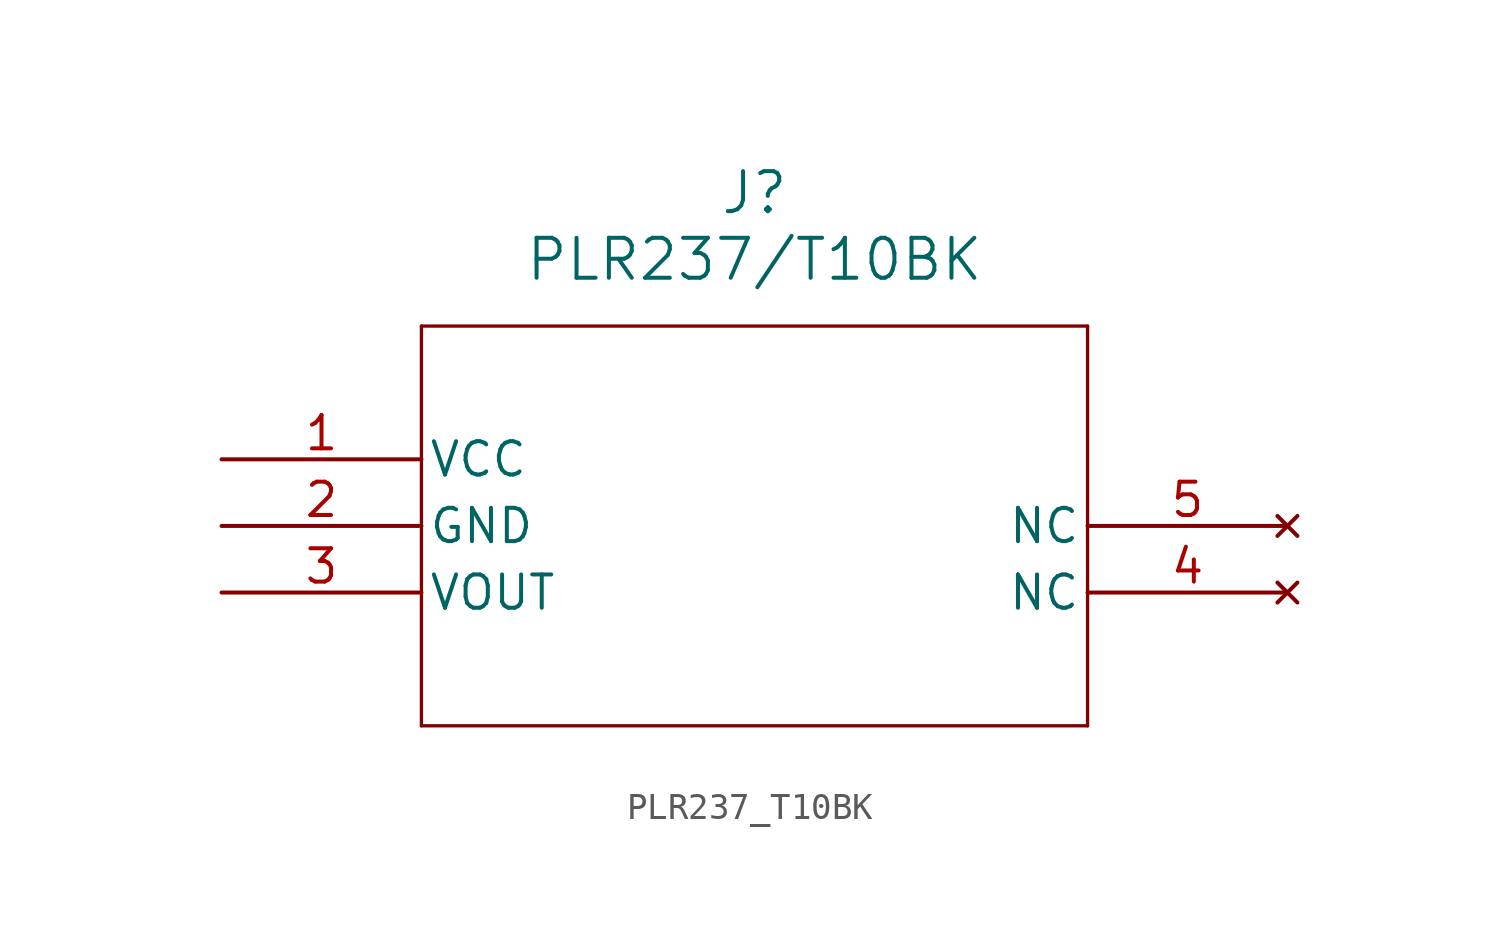
<source format=kicad_sym>
(kicad_symbol_lib
  (version 20211014)
  (generator kicad_symbol_editor)
  (symbol "PLR237_T10BK"
    (pin_names
      (offset 0.254))
    (property "Reference" "J"
      (at 20.32 10.16 0)
      (effects (font (size 1.524 1.524))))
    (property "Value" "PLR237/T10BK"
      (at 20.32 7.62 0)
      (effects (font (size 1.524 1.524))))
    (symbol "PLR237_T10BK_0_1"
      (polyline (pts (xy 7.62 5.08) (xy 7.62 -10.16)) (stroke (width 0.127) (type default) (color 0 0 0 0)) (fill (type none)))
      (polyline (pts (xy 7.62 -10.16) (xy 33.02 -10.16)) (stroke (width 0.127) (type default) (color 0 0 0 0)) (fill (type none)))
      (polyline (pts (xy 33.02 -10.16) (xy 33.02 5.08)) (stroke (width 0.127) (type default) (color 0 0 0 0)) (fill (type none)))
      (polyline (pts (xy 33.02 5.08) (xy 7.62 5.08)) (stroke (width 0.127) (type default) (color 0 0 0 0)) (fill (type none)))
      (pin power_in line (at 0 0 0) (length 7.62) (name "VCC" (effects (font (size 1.27 1.27)))) (number "1" (effects (font (size 1.27 1.27)))))
      (pin power_out line (at 0 -2.54 0) (length 7.62) (name "GND" (effects (font (size 1.27 1.27)))) (number "2" (effects (font (size 1.27 1.27)))))
      (pin output line (at 0 -5.08 0) (length 7.62) (name "VOUT" (effects (font (size 1.27 1.27)))) (number "3" (effects (font (size 1.27 1.27)))))
      (pin no_connect line (at 40.64 -5.08 180) (length 7.62) (name "NC" (effects (font (size 1.27 1.27)))) (number "4" (effects (font (size 1.27 1.27)))))
      (pin no_connect line (at 40.64 -2.54 180) (length 7.62) (name "NC" (effects (font (size 1.27 1.27)))) (number "5" (effects (font (size 1.27 1.27))))))))
</source>
